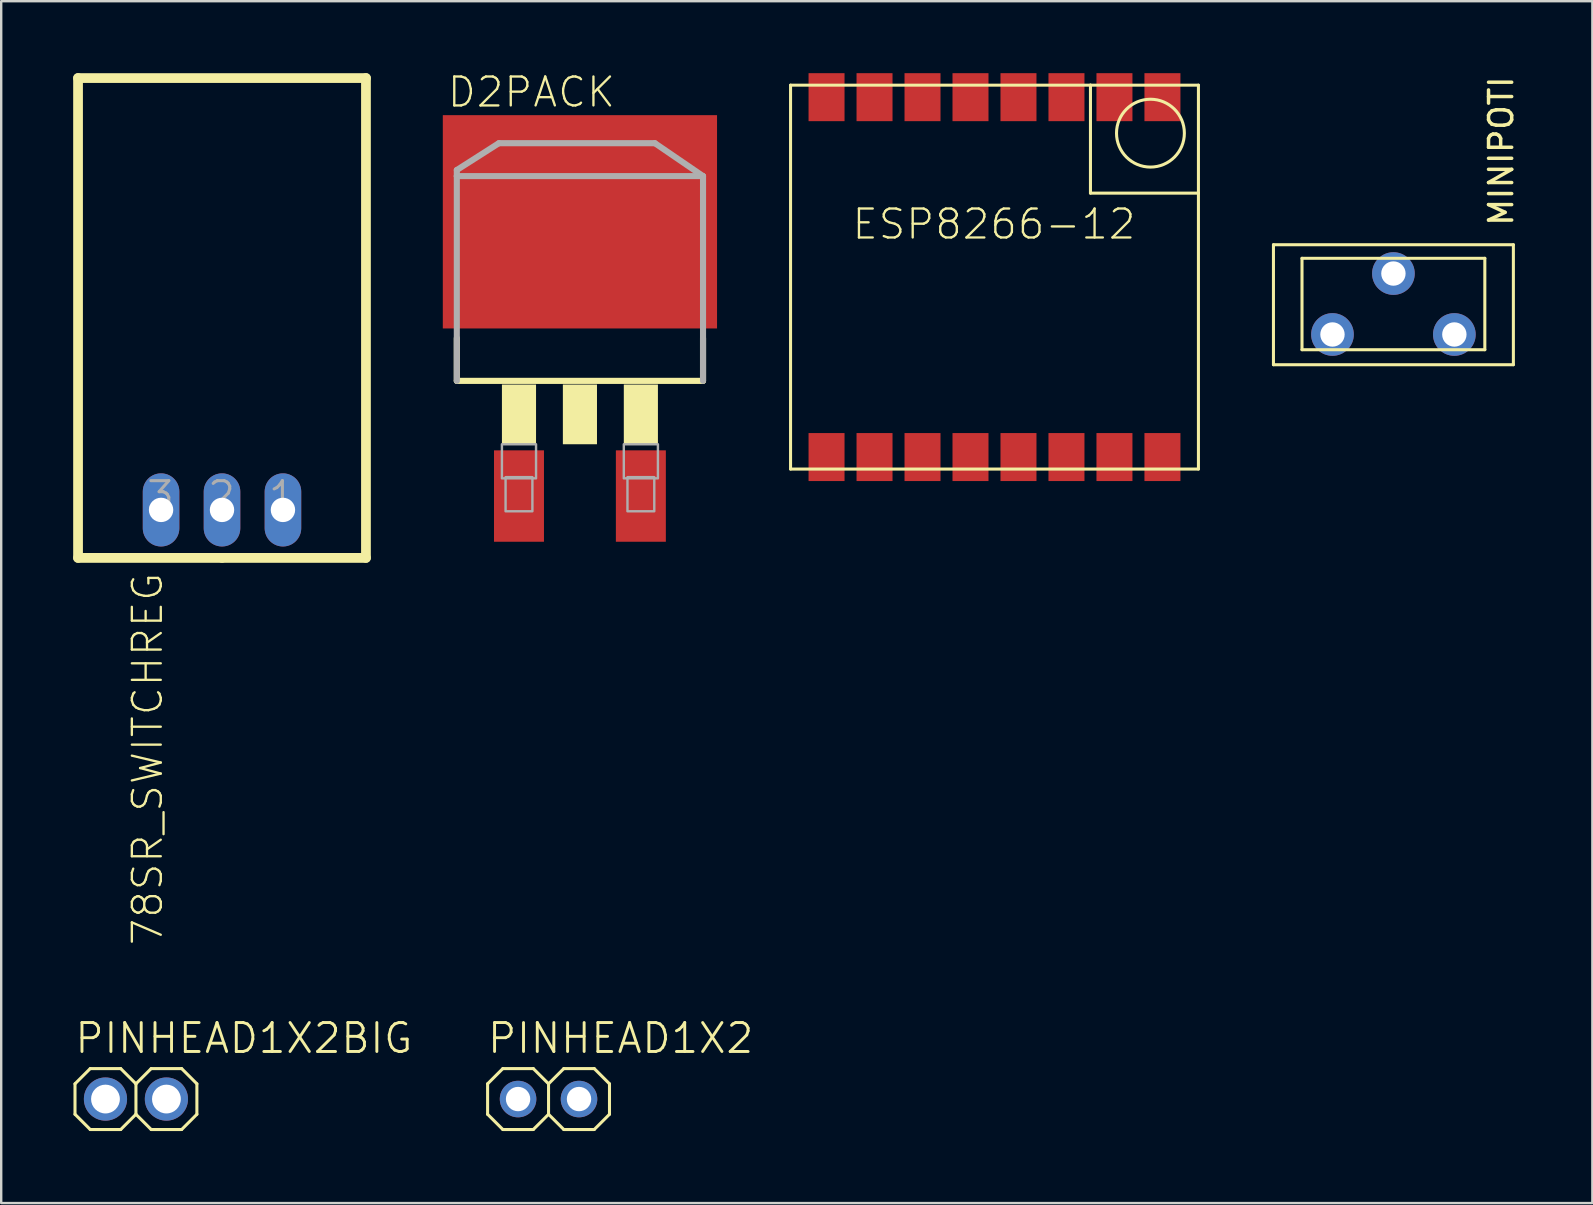
<source format=kicad_pcb>
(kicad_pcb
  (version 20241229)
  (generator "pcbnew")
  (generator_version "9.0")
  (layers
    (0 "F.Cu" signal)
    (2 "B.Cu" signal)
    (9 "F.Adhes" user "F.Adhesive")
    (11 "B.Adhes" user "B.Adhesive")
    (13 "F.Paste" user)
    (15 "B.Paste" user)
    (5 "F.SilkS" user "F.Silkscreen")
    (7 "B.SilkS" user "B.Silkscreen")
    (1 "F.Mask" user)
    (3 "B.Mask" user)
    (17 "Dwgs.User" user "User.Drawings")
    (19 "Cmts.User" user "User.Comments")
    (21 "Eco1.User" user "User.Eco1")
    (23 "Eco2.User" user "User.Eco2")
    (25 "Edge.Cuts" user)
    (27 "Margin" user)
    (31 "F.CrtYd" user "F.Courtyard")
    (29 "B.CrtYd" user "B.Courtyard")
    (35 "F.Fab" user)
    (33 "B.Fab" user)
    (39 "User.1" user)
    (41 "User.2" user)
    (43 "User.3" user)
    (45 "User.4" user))
  (footprint "PINHEAD1X2"
    (layer "F.Cu")
    (at 19.813 42.758)
    (property "Reference" "PINHEAD1X2" (at -2.616 -1.829 180) (layer "F.SilkS") (effects (font (size 1.206 1.206) (thickness 0.121)) (justify left bottom)))
    (attr through_hole)
    (fp_line (start -2.54 -0.635) (end -2.54 0.635) (stroke (width 0.127) (type solid)) (layer "F.SilkS"))
    (fp_line (start -2.54 0.635) (end -1.905 1.27) (stroke (width 0.127) (type solid)) (layer "F.SilkS"))
    (fp_line (start -1.905 -1.27) (end -2.54 -0.635) (stroke (width 0.127) (type solid)) (layer "F.SilkS"))
    (fp_line (start -1.905 -1.27) (end -0.635 -1.27) (stroke (width 0.127) (type solid)) (layer "F.SilkS"))
    (fp_line (start -0.635 -1.27) (end 0 -0.635) (stroke (width 0.127) (type solid)) (layer "F.SilkS"))
    (fp_line (start -0.635 1.27) (end -1.905 1.27) (stroke (width 0.127) (type solid)) (layer "F.SilkS"))
    (fp_line (start 0 -0.635) (end 0 0.635) (stroke (width 0.127) (type solid)) (layer "F.SilkS"))
    (fp_line (start 0 0.635) (end -0.635 1.27) (stroke (width 0.127) (type solid)) (layer "F.SilkS"))
    (fp_line (start 0 0.635) (end 0.635 1.27) (stroke (width 0.127) (type solid)) (layer "F.SilkS"))
    (fp_line (start 0.635 -1.27) (end 0 -0.635) (stroke (width 0.127) (type solid)) (layer "F.SilkS"))
    (fp_line (start 0.635 -1.27) (end 1.905 -1.27) (stroke (width 0.127) (type solid)) (layer "F.SilkS"))
    (fp_line (start 1.905 -1.27) (end 2.54 -0.635) (stroke (width 0.127) (type solid)) (layer "F.SilkS"))
    (fp_line (start 1.905 1.27) (end 0.635 1.27) (stroke (width 0.127) (type solid)) (layer "F.SilkS"))
    (fp_line (start 2.54 -0.635) (end 2.54 0.635) (stroke (width 0.127) (type solid)) (layer "F.SilkS"))
    (fp_line (start 2.54 0.635) (end 1.905 1.27) (stroke (width 0.127) (type solid)) (layer "F.SilkS"))
    (fp_poly (pts (xy -1.524 0.254) (xy -1.016 0.254) (xy -1.016 -0.254) (xy -1.524 -0.254)) (stroke (width 0.1) (type solid)) (fill no) (layer "F.Fab"))
    (fp_poly (pts (xy 1.016 0.254) (xy 1.524 0.254) (xy 1.524 -0.254) (xy 1.016 -0.254)) (stroke (width 0.1) (type solid)) (fill no) (layer "F.Fab"))
    (pad "1" thru_hole circle (at -1.27 0) (size 1.524 1.524) (drill 1.016) (layers "*.Cu" "*.Mask"))
    (pad "2" thru_hole circle (at 1.27 0) (size 1.524 1.524) (drill 1.016) (layers "*.Cu" "*.Mask")))
  (footprint "PINHEAD1X2BIG"
    (layer "F.Cu")
    (at 3.886 42.758)
    (property "Reference" "PINHEAD1X2BIG" (at -3.886 -1.829 0) (layer "F.SilkS") (effects (font (size 1.206 1.206) (thickness 0.121)) (justify left bottom)))
    (attr through_hole)
    (fp_line (start -3.81 -0.635) (end -3.81 0.635) (stroke (width 0.127) (type solid)) (layer "F.SilkS"))
    (fp_line (start -3.81 0.635) (end -3.175 1.27) (stroke (width 0.127) (type solid)) (layer "F.SilkS"))
    (fp_line (start -3.175 -1.27) (end -3.81 -0.635) (stroke (width 0.127) (type solid)) (layer "F.SilkS"))
    (fp_line (start -3.175 -1.27) (end -1.905 -1.27) (stroke (width 0.127) (type solid)) (layer "F.SilkS"))
    (fp_line (start -1.905 -1.27) (end -1.27 -0.635) (stroke (width 0.127) (type solid)) (layer "F.SilkS"))
    (fp_line (start -1.905 1.27) (end -3.175 1.27) (stroke (width 0.127) (type solid)) (layer "F.SilkS"))
    (fp_line (start -1.27 -0.635) (end -1.27 0.635) (stroke (width 0.127) (type solid)) (layer "F.SilkS"))
    (fp_line (start -1.27 0.635) (end -1.905 1.27) (stroke (width 0.127) (type solid)) (layer "F.SilkS"))
    (fp_line (start -1.27 0.635) (end -0.635 1.27) (stroke (width 0.127) (type solid)) (layer "F.SilkS"))
    (fp_line (start -0.635 -1.27) (end -1.27 -0.635) (stroke (width 0.127) (type solid)) (layer "F.SilkS"))
    (fp_line (start -0.635 -1.27) (end 0.635 -1.27) (stroke (width 0.127) (type solid)) (layer "F.SilkS"))
    (fp_line (start 0.635 -1.27) (end 1.27 -0.635) (stroke (width 0.127) (type solid)) (layer "F.SilkS"))
    (fp_line (start 0.635 1.27) (end -0.635 1.27) (stroke (width 0.127) (type solid)) (layer "F.SilkS"))
    (fp_line (start 1.27 -0.635) (end 1.27 0.635) (stroke (width 0.127) (type solid)) (layer "F.SilkS"))
    (fp_line (start 1.27 0.635) (end 0.635 1.27) (stroke (width 0.127) (type solid)) (layer "F.SilkS"))
    (fp_poly (pts (xy -2.794 0.254) (xy -2.286 0.254) (xy -2.286 -0.254) (xy -2.794 -0.254)) (stroke (width 0.1) (type solid)) (fill no) (layer "F.Fab"))
    (fp_poly (pts (xy -0.254 0.254) (xy 0.254 0.254) (xy 0.254 -0.254) (xy -0.254 -0.254)) (stroke (width 0.1) (type solid)) (fill no) (layer "F.Fab"))
    (pad "1" thru_hole circle (at -2.54 0) (size 1.8 1.8) (drill 1.2) (layers "*.Cu" "*.Mask"))
    (pad "2" thru_hole circle (at 0 0) (size 1.8 1.8) (drill 1.2) (layers "*.Cu" "*.Mask")))
  (footprint "78SR_SWITCHREG"
    (layer "F.Cu")
    (at 6.203 18.203)
    (property "Reference" "78SR_SWITCHREG" (at -3.81 2.54 270) (layer "F.SilkS") (effects (font (size 1.206 1.206) (thickness 0.097)) (justify right top)))
    (attr through_hole)
    (fp_line (start -6 -18) (end -6 2) (stroke (width 0.406) (type solid)) (layer "F.SilkS"))
    (fp_line (start -6 2) (end 0 2) (stroke (width 0.406) (type solid)) (layer "F.SilkS"))
    (fp_line (start 0 2) (end 6 2) (stroke (width 0.406) (type solid)) (layer "F.SilkS"))
    (fp_line (start 6 -18) (end -6 -18) (stroke (width 0.406) (type solid)) (layer "F.SilkS"))
    (fp_line (start 6 2) (end 6 -18) (stroke (width 0.406) (type solid)) (layer "F.SilkS"))
    (fp_text user "2" (at 0.635 -1.27 0) (layer "F.Fab") (effects (font (size 1.206 1.206) (thickness 0.127)) (justify right top)))
    (fp_text user "3" (at -1.905 -1.27 0) (layer "F.Fab") (effects (font (size 1.206 1.206) (thickness 0.127)) (justify right top)))
    (fp_text user "1" (at 3.175 -1.27 0) (layer "F.Fab") (effects (font (size 1.206 1.206) (thickness 0.127)) (justify right top)))
    (pad "1" thru_hole oval (at 2.54 0 270) (size 3.048 1.524) (drill 1.016) (layers "*.Cu" "*.Mask"))
    (pad "2" thru_hole oval (at 0 0 270) (size 3.048 1.524) (drill 1.016) (layers "*.Cu" "*.Mask"))
    (pad "3" thru_hole oval (at -2.54 0 270) (size 3.048 1.524) (drill 1.016) (layers "*.Cu" "*.Mask")))
  (footprint "ESP8266-12"
    (layer "F.Cu")
    (at 31.4 16)
    (property "Reference" "ESP8266-12" (at 1 -9 0) (layer "F.SilkS") (effects (font (size 1.206 1.206) (thickness 0.097)) (justify left bottom)))
    (attr through_hole)
    (fp_line (start -1.5 -15.5) (end -1.5 0.5) (stroke (width 0.127) (type solid)) (layer "F.SilkS"))
    (fp_line (start -1.5 0.5) (end 15.5 0.5) (stroke (width 0.127) (type solid)) (layer "F.SilkS"))
    (fp_line (start 11 -15.5) (end -1.5 -15.5) (stroke (width 0.127) (type solid)) (layer "F.SilkS"))
    (fp_line (start 11 -15.5) (end 11 -11) (stroke (width 0.127) (type solid)) (layer "F.SilkS"))
    (fp_line (start 11 -11) (end 15.5 -11) (stroke (width 0.127) (type solid)) (layer "F.SilkS"))
    (fp_line (start 15.5 -15.5) (end 11 -15.5) (stroke (width 0.127) (type solid)) (layer "F.SilkS"))
    (fp_line (start 15.5 -11) (end 15.5 -15.5) (stroke (width 0.127) (type solid)) (layer "F.SilkS"))
    (fp_line (start 15.5 0.5) (end 15.5 -11) (stroke (width 0.127) (type solid)) (layer "F.SilkS"))
    (fp_circle (center 13.5 -13.5) (end 14.914 -13.5) (stroke (width 0.127) (type solid)) (fill no) (layer "F.SilkS"))
    (pad "P$1" smd rect (at 0 0 90) (size 2 1.5) (layers "F.Cu" "F.Mask" "F.Paste"))
    (pad "P$2" smd rect (at 2 0 90) (size 2 1.5) (layers "F.Cu" "F.Mask" "F.Paste"))
    (pad "P$3" smd rect (at 4 0 90) (size 2 1.5) (layers "F.Cu" "F.Mask" "F.Paste"))
    (pad "P$4" smd rect (at 6 0 90) (size 2 1.5) (layers "F.Cu" "F.Mask" "F.Paste"))
    (pad "P$5" smd rect (at 8 0 90) (size 2 1.5) (layers "F.Cu" "F.Mask" "F.Paste"))
    (pad "P$6" smd rect (at 10 0 90) (size 2 1.5) (layers "F.Cu" "F.Mask" "F.Paste"))
    (pad "P$7" smd rect (at 12 0 90) (size 2 1.5) (layers "F.Cu" "F.Mask" "F.Paste"))
    (pad "P$8" smd rect (at 14 0 90) (size 2 1.5) (layers "F.Cu" "F.Mask" "F.Paste"))
    (pad "P$9" smd rect (at 14 -15 90) (size 2 1.5) (layers "F.Cu" "F.Mask" "F.Paste"))
    (pad "P$10" smd rect (at 12 -15 90) (size 2 1.5) (layers "F.Cu" "F.Mask" "F.Paste"))
    (pad "P$11" smd rect (at 10 -15 90) (size 2 1.5) (layers "F.Cu" "F.Mask" "F.Paste"))
    (pad "P$12" smd rect (at 8 -15 90) (size 2 1.5) (layers "F.Cu" "F.Mask" "F.Paste"))
    (pad "P$13" smd rect (at 6 -15 90) (size 2 1.5) (layers "F.Cu" "F.Mask" "F.Paste"))
    (pad "P$14" smd rect (at 4 -15 90) (size 2 1.5) (layers "F.Cu" "F.Mask" "F.Paste"))
    (pad "P$15" smd rect (at 2 -15 90) (size 2 1.5) (layers "F.Cu" "F.Mask" "F.Paste"))
    (pad "P$16" smd rect (at 0 -15 90) (size 2 1.5) (layers "F.Cu" "F.Mask" "F.Paste")))
  (footprint "D2PACK"
    (layer "F.Cu")
    (at 21.121 8.735)
    (property "Reference" "D2PACK" (at -5.588 -7.239 180) (layer "F.SilkS") (effects (font (size 1.206 1.206) (thickness 0.097)) (justify left bottom)))
    (attr through_hole)
    (fp_line (start -5.131 4.089) (end -5.131 2.311) (stroke (width 0.254) (type solid)) (layer "F.SilkS"))
    (fp_line (start -5.131 4.089) (end 5.131 4.089) (stroke (width 0.254) (type solid)) (layer "F.SilkS"))
    (fp_line (start 5.131 4.089) (end 5.131 2.311) (stroke (width 0.254) (type solid)) (layer "F.SilkS"))
    (fp_poly (pts (xy -3.251 6.731) (xy -1.829 6.731) (xy -1.829 4.242) (xy -3.251 4.242)) (stroke (width 0) (type solid)) (fill yes) (layer "F.SilkS"))
    (fp_poly (pts (xy -0.711 6.731) (xy 0.711 6.731) (xy 0.711 4.242) (xy -0.711 4.242)) (stroke (width 0) (type solid)) (fill yes) (layer "F.SilkS"))
    (fp_poly (pts (xy 1.829 6.731) (xy 3.251 6.731) (xy 3.251 4.242) (xy 1.829 4.242)) (stroke (width 0) (type solid)) (fill yes) (layer "F.SilkS"))
    (fp_line (start -5.131 -4.699) (end -5.131 -4.445) (stroke (width 0.254) (type solid)) (layer "F.Fab"))
    (fp_line (start -5.131 -4.445) (end -5.131 4.089) (stroke (width 0.254) (type solid)) (layer "F.Fab"))
    (fp_line (start -5.131 -4.445) (end 5.131 -4.445) (stroke (width 0.254) (type solid)) (layer "F.Fab"))
    (fp_line (start -3.378 -5.817) (end -5.131 -4.699) (stroke (width 0.254) (type solid)) (layer "F.Fab"))
    (fp_line (start 3.124 -5.817) (end -3.378 -5.817) (stroke (width 0.254) (type solid)) (layer "F.Fab"))
    (fp_line (start 5.131 -4.445) (end 3.124 -5.817) (stroke (width 0.254) (type solid)) (layer "F.Fab"))
    (fp_line (start 5.131 4.089) (end 5.131 -4.445) (stroke (width 0.254) (type solid)) (layer "F.Fab"))
    (fp_poly (pts (xy -3.251 8.153) (xy -1.829 8.153) (xy -1.829 6.731) (xy -3.251 6.731)) (stroke (width 0.1) (type solid)) (fill no) (layer "F.Fab"))
    (fp_poly (pts (xy -3.099 9.525) (xy -1.981 9.525) (xy -1.981 8.103) (xy -3.099 8.103)) (stroke (width 0.1) (type solid)) (fill no) (layer "F.Fab"))
    (fp_poly (pts (xy 1.829 8.153) (xy 3.251 8.153) (xy 3.251 6.731) (xy 1.829 6.731)) (stroke (width 0.1) (type solid)) (fill no) (layer "F.Fab"))
    (fp_poly (pts (xy 1.981 9.525) (xy 3.099 9.525) (xy 3.099 8.103) (xy 1.981 8.103)) (stroke (width 0.1) (type solid)) (fill no) (layer "F.Fab"))
    (pad "1" smd rect (at -2.54 8.89) (size 2.083 3.81) (layers "F.Cu" "F.Mask" "F.Paste"))
    (pad "2" smd rect (at 0 -2.54) (size 11.43 8.89) (layers "F.Cu" "F.Mask" "F.Paste"))
    (pad "3" smd rect (at 2.54 8.89) (size 2.083 3.81) (layers "F.Cu" "F.Mask" "F.Paste")))
  (footprint "MINIPOTI"
    (layer "F.Cu")
    (at 55.027 8.351)
    (property "Reference" "MINIPOTI" (at 5.055 -1.905 270) (layer "F.SilkS") (effects (font (size 0.965 0.965) (thickness 0.145)) (justify left bottom)))
    (attr through_hole)
    (fp_line (start -5 -1.2) (end -5 3.8) (stroke (width 0.127) (type solid)) (layer "F.SilkS"))
    (fp_line (start -5 -1.2) (end 5 -1.2) (stroke (width 0.127) (type solid)) (layer "F.SilkS"))
    (fp_line (start -5 3.8) (end 5 3.8) (stroke (width 0.127) (type solid)) (layer "F.SilkS"))
    (fp_line (start -3.81 -0.635) (end 3.81 -0.635) (stroke (width 0.127) (type solid)) (layer "F.SilkS"))
    (fp_line (start -3.81 3.175) (end -3.81 -0.635) (stroke (width 0.127) (type solid)) (layer "F.SilkS"))
    (fp_line (start -3.81 3.175) (end 3.81 3.175) (stroke (width 0.127) (type solid)) (layer "F.SilkS"))
    (fp_line (start 3.81 -0.635) (end 3.81 3.175) (stroke (width 0.127) (type solid)) (layer "F.SilkS"))
    (fp_line (start 5 -1.2) (end 5 3.8) (stroke (width 0.127) (type solid)) (layer "F.SilkS"))
    (pad "1" thru_hole circle (at -2.54 2.54) (size 1.778 1.778) (drill 1.016) (layers "*.Cu" "*.Mask"))
    (pad "2" thru_hole circle (at 2.54 2.54) (size 1.778 1.778) (drill 1.016) (layers "*.Cu" "*.Mask"))
    (pad "3" thru_hole circle (at 0 0) (size 1.778 1.778) (drill 1.016) (layers "*.Cu" "*.Mask")))
  (gr_rect
    (start -3 -3)
    (end 63.319 47.092)
    (stroke (width 0.1) (type default))
    (fill no)
    (layer "Edge.Cuts")))
</source>
